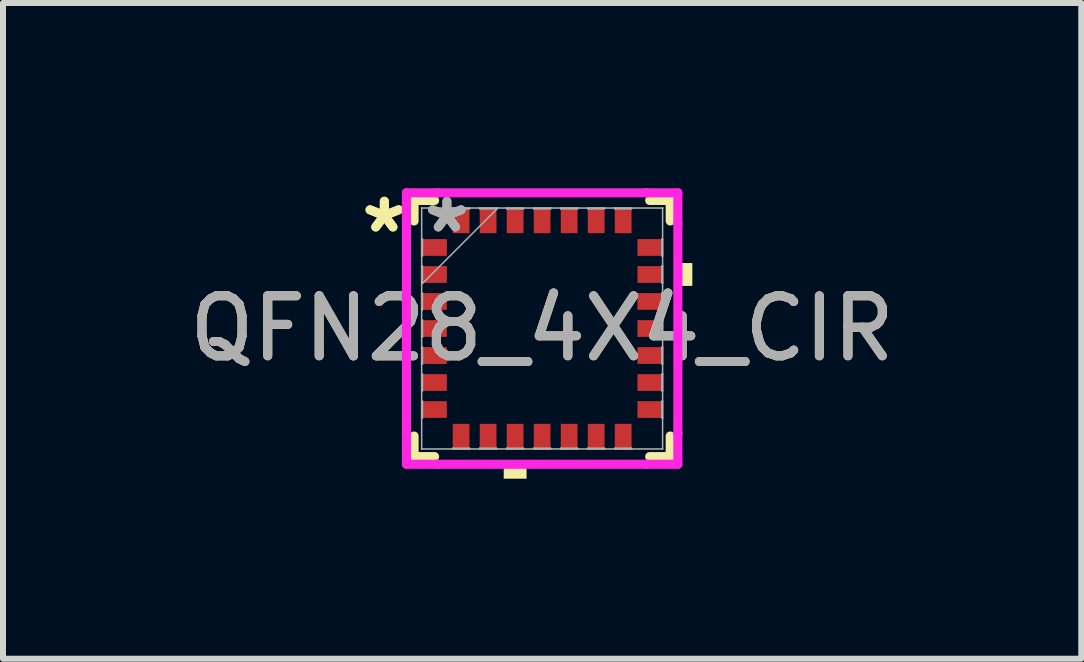
<source format=kicad_pcb>
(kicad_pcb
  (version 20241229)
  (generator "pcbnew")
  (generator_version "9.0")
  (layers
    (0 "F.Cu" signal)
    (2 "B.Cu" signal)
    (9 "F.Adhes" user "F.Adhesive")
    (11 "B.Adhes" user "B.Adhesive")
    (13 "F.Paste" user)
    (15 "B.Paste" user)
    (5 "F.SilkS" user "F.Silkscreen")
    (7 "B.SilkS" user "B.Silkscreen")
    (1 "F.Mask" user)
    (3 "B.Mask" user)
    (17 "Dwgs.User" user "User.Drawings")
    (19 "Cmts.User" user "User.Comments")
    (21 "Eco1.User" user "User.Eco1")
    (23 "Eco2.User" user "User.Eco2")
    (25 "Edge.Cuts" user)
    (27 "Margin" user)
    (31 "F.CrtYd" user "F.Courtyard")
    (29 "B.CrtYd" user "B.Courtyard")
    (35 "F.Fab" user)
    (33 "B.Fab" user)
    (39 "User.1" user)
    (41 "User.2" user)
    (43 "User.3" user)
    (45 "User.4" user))
  (footprint "QFN28_4X4_CIR"
    (layer "F.Cu")
    (at 5.982 2.423)
    (property "Reference" "QFN28_4X4_CIR" (at 0 0 0) (unlocked yes) (layer "F.SilkS") (effects (font (size 1 1) (thickness 0.15))))
    (attr smd)
    (fp_line (start -2.134 -2.134) (end -2.134 -1.792) (stroke (width 0.152) (type solid)) (layer "F.SilkS"))
    (fp_line (start -2.134 1.792) (end -2.134 2.134) (stroke (width 0.152) (type solid)) (layer "F.SilkS"))
    (fp_line (start -2.134 2.134) (end -1.792 2.134) (stroke (width 0.152) (type solid)) (layer "F.SilkS"))
    (fp_line (start -1.792 -2.134) (end -2.134 -2.134) (stroke (width 0.152) (type solid)) (layer "F.SilkS"))
    (fp_line (start 1.792 2.134) (end 2.134 2.134) (stroke (width 0.152) (type solid)) (layer "F.SilkS"))
    (fp_line (start 2.134 -2.134) (end 1.792 -2.134) (stroke (width 0.152) (type solid)) (layer "F.SilkS"))
    (fp_line (start 2.134 -1.792) (end 2.134 -2.134) (stroke (width 0.152) (type solid)) (layer "F.SilkS"))
    (fp_line (start 2.134 2.134) (end 2.134 1.792) (stroke (width 0.152) (type solid)) (layer "F.SilkS"))
    (fp_poly (pts (xy -0.64 2.248) (xy -0.64 2.502) (xy -0.259 2.502) (xy -0.259 2.248)) (stroke (width 0) (type solid)) (fill yes) (layer "F.SilkS"))
    (fp_poly (pts (xy 2.502 -1.091) (xy 2.502 -0.71) (xy 2.248 -0.71) (xy 2.248 -1.091)) (stroke (width 0) (type solid)) (fill yes) (layer "F.SilkS"))
    (fp_line (start -2.261 -2.261) (end -1.744 -2.261) (stroke (width 0.152) (type solid)) (layer "F.CrtYd"))
    (fp_line (start -2.261 -1.744) (end -2.261 -2.261) (stroke (width 0.152) (type solid)) (layer "F.CrtYd"))
    (fp_line (start -2.261 -1.744) (end -2.261 -1.744) (stroke (width 0.152) (type solid)) (layer "F.CrtYd"))
    (fp_line (start -2.261 1.744) (end -2.261 -1.744) (stroke (width 0.152) (type solid)) (layer "F.CrtYd"))
    (fp_line (start -2.261 1.744) (end -2.261 1.744) (stroke (width 0.152) (type solid)) (layer "F.CrtYd"))
    (fp_line (start -2.261 2.261) (end -2.261 1.744) (stroke (width 0.152) (type solid)) (layer "F.CrtYd"))
    (fp_line (start -1.744 -2.261) (end -1.744 -2.261) (stroke (width 0.152) (type solid)) (layer "F.CrtYd"))
    (fp_line (start -1.744 -2.261) (end 1.744 -2.261) (stroke (width 0.152) (type solid)) (layer "F.CrtYd"))
    (fp_line (start -1.744 2.261) (end -2.261 2.261) (stroke (width 0.152) (type solid)) (layer "F.CrtYd"))
    (fp_line (start -1.744 2.261) (end -1.744 2.261) (stroke (width 0.152) (type solid)) (layer "F.CrtYd"))
    (fp_line (start 1.744 -2.261) (end 1.744 -2.261) (stroke (width 0.152) (type solid)) (layer "F.CrtYd"))
    (fp_line (start 1.744 -2.261) (end 2.261 -2.261) (stroke (width 0.152) (type solid)) (layer "F.CrtYd"))
    (fp_line (start 1.744 2.261) (end -1.744 2.261) (stroke (width 0.152) (type solid)) (layer "F.CrtYd"))
    (fp_line (start 1.744 2.261) (end 1.744 2.261) (stroke (width 0.152) (type solid)) (layer "F.CrtYd"))
    (fp_line (start 2.261 -2.261) (end 2.261 -1.744) (stroke (width 0.152) (type solid)) (layer "F.CrtYd"))
    (fp_line (start 2.261 -1.744) (end 2.261 -1.744) (stroke (width 0.152) (type solid)) (layer "F.CrtYd"))
    (fp_line (start 2.261 -1.744) (end 2.261 1.744) (stroke (width 0.152) (type solid)) (layer "F.CrtYd"))
    (fp_line (start 2.261 1.744) (end 2.261 1.744) (stroke (width 0.152) (type solid)) (layer "F.CrtYd"))
    (fp_line (start 2.261 1.744) (end 2.261 2.261) (stroke (width 0.152) (type solid)) (layer "F.CrtYd"))
    (fp_line (start 2.261 2.261) (end 1.744 2.261) (stroke (width 0.152) (type solid)) (layer "F.CrtYd"))
    (fp_line (start -2.007 -2.007) (end -2.007 -2.007) (stroke (width 0.025) (type solid)) (layer "F.Fab"))
    (fp_line (start -2.007 -2.007) (end -2.007 2.007) (stroke (width 0.025) (type solid)) (layer "F.Fab"))
    (fp_line (start -2.007 -1.49) (end -1.994 -1.49) (stroke (width 0.025) (type solid)) (layer "F.Fab"))
    (fp_line (start -2.007 -1.21) (end -2.007 -1.49) (stroke (width 0.025) (type solid)) (layer "F.Fab"))
    (fp_line (start -2.007 -1.04) (end -1.994 -1.04) (stroke (width 0.025) (type solid)) (layer "F.Fab"))
    (fp_line (start -2.007 -0.76) (end -2.007 -1.04) (stroke (width 0.025) (type solid)) (layer "F.Fab"))
    (fp_line (start -2.007 -0.737) (end -0.737 -2.007) (stroke (width 0.025) (type solid)) (layer "F.Fab"))
    (fp_line (start -2.007 -0.59) (end -1.994 -0.59) (stroke (width 0.025) (type solid)) (layer "F.Fab"))
    (fp_line (start -2.007 -0.31) (end -2.007 -0.59) (stroke (width 0.025) (type solid)) (layer "F.Fab"))
    (fp_line (start -2.007 -0.14) (end -1.994 -0.14) (stroke (width 0.025) (type solid)) (layer "F.Fab"))
    (fp_line (start -2.007 0.14) (end -2.007 -0.14) (stroke (width 0.025) (type solid)) (layer "F.Fab"))
    (fp_line (start -2.007 0.31) (end -1.994 0.31) (stroke (width 0.025) (type solid)) (layer "F.Fab"))
    (fp_line (start -2.007 0.59) (end -2.007 0.31) (stroke (width 0.025) (type solid)) (layer "F.Fab"))
    (fp_line (start -2.007 0.76) (end -1.994 0.76) (stroke (width 0.025) (type solid)) (layer "F.Fab"))
    (fp_line (start -2.007 1.04) (end -2.007 0.76) (stroke (width 0.025) (type solid)) (layer "F.Fab"))
    (fp_line (start -2.007 1.21) (end -1.994 1.21) (stroke (width 0.025) (type solid)) (layer "F.Fab"))
    (fp_line (start -2.007 1.49) (end -2.007 1.21) (stroke (width 0.025) (type solid)) (layer "F.Fab"))
    (fp_line (start -2.007 2.007) (end -2.007 2.007) (stroke (width 0.025) (type solid)) (layer "F.Fab"))
    (fp_line (start -2.007 2.007) (end 2.007 2.007) (stroke (width 0.025) (type solid)) (layer "F.Fab"))
    (fp_line (start -1.994 -1.49) (end -1.994 -1.21) (stroke (width 0.025) (type solid)) (layer "F.Fab"))
    (fp_line (start -1.994 -1.21) (end -2.007 -1.21) (stroke (width 0.025) (type solid)) (layer "F.Fab"))
    (fp_line (start -1.994 -1.04) (end -1.994 -0.76) (stroke (width 0.025) (type solid)) (layer "F.Fab"))
    (fp_line (start -1.994 -0.76) (end -2.007 -0.76) (stroke (width 0.025) (type solid)) (layer "F.Fab"))
    (fp_line (start -1.994 -0.59) (end -1.994 -0.31) (stroke (width 0.025) (type solid)) (layer "F.Fab"))
    (fp_line (start -1.994 -0.31) (end -2.007 -0.31) (stroke (width 0.025) (type solid)) (layer "F.Fab"))
    (fp_line (start -1.994 -0.14) (end -1.994 0.14) (stroke (width 0.025) (type solid)) (layer "F.Fab"))
    (fp_line (start -1.994 0.14) (end -2.007 0.14) (stroke (width 0.025) (type solid)) (layer "F.Fab"))
    (fp_line (start -1.994 0.31) (end -1.994 0.59) (stroke (width 0.025) (type solid)) (layer "F.Fab"))
    (fp_line (start -1.994 0.59) (end -2.007 0.59) (stroke (width 0.025) (type solid)) (layer "F.Fab"))
    (fp_line (start -1.994 0.76) (end -1.994 1.04) (stroke (width 0.025) (type solid)) (layer "F.Fab"))
    (fp_line (start -1.994 1.04) (end -2.007 1.04) (stroke (width 0.025) (type solid)) (layer "F.Fab"))
    (fp_line (start -1.994 1.21) (end -1.994 1.49) (stroke (width 0.025) (type solid)) (layer "F.Fab"))
    (fp_line (start -1.994 1.49) (end -2.007 1.49) (stroke (width 0.025) (type solid)) (layer "F.Fab"))
    (fp_line (start -1.49 -2.007) (end -1.21 -2.007) (stroke (width 0.025) (type solid)) (layer "F.Fab"))
    (fp_line (start -1.49 -1.994) (end -1.49 -2.007) (stroke (width 0.025) (type solid)) (layer "F.Fab"))
    (fp_line (start -1.49 1.994) (end -1.21 1.994) (stroke (width 0.025) (type solid)) (layer "F.Fab"))
    (fp_line (start -1.49 2.007) (end -1.49 1.994) (stroke (width 0.025) (type solid)) (layer "F.Fab"))
    (fp_line (start -1.21 -2.007) (end -1.21 -1.994) (stroke (width 0.025) (type solid)) (layer "F.Fab"))
    (fp_line (start -1.21 -1.994) (end -1.49 -1.994) (stroke (width 0.025) (type solid)) (layer "F.Fab"))
    (fp_line (start -1.21 1.994) (end -1.21 2.007) (stroke (width 0.025) (type solid)) (layer "F.Fab"))
    (fp_line (start -1.21 2.007) (end -1.49 2.007) (stroke (width 0.025) (type solid)) (layer "F.Fab"))
    (fp_line (start -1.04 -2.007) (end -0.76 -2.007) (stroke (width 0.025) (type solid)) (layer "F.Fab"))
    (fp_line (start -1.04 -1.994) (end -1.04 -2.007) (stroke (width 0.025) (type solid)) (layer "F.Fab"))
    (fp_line (start -1.04 1.994) (end -0.76 1.994) (stroke (width 0.025) (type solid)) (layer "F.Fab"))
    (fp_line (start -1.04 2.007) (end -1.04 1.994) (stroke (width 0.025) (type solid)) (layer "F.Fab"))
    (fp_line (start -0.76 -2.007) (end -0.76 -1.994) (stroke (width 0.025) (type solid)) (layer "F.Fab"))
    (fp_line (start -0.76 -1.994) (end -1.04 -1.994) (stroke (width 0.025) (type solid)) (layer "F.Fab"))
    (fp_line (start -0.76 1.994) (end -0.76 2.007) (stroke (width 0.025) (type solid)) (layer "F.Fab"))
    (fp_line (start -0.76 2.007) (end -1.04 2.007) (stroke (width 0.025) (type solid)) (layer "F.Fab"))
    (fp_line (start -0.59 -2.007) (end -0.31 -2.007) (stroke (width 0.025) (type solid)) (layer "F.Fab"))
    (fp_line (start -0.59 -1.994) (end -0.59 -2.007) (stroke (width 0.025) (type solid)) (layer "F.Fab"))
    (fp_line (start -0.59 1.994) (end -0.31 1.994) (stroke (width 0.025) (type solid)) (layer "F.Fab"))
    (fp_line (start -0.59 2.007) (end -0.59 1.994) (stroke (width 0.025) (type solid)) (layer "F.Fab"))
    (fp_line (start -0.31 -2.007) (end -0.31 -1.994) (stroke (width 0.025) (type solid)) (layer "F.Fab"))
    (fp_line (start -0.31 -1.994) (end -0.59 -1.994) (stroke (width 0.025) (type solid)) (layer "F.Fab"))
    (fp_line (start -0.31 1.994) (end -0.31 2.007) (stroke (width 0.025) (type solid)) (layer "F.Fab"))
    (fp_line (start -0.31 2.007) (end -0.59 2.007) (stroke (width 0.025) (type solid)) (layer "F.Fab"))
    (fp_line (start -0.14 -2.007) (end 0.14 -2.007) (stroke (width 0.025) (type solid)) (layer "F.Fab"))
    (fp_line (start -0.14 -1.994) (end -0.14 -2.007) (stroke (width 0.025) (type solid)) (layer "F.Fab"))
    (fp_line (start -0.14 1.994) (end 0.14 1.994) (stroke (width 0.025) (type solid)) (layer "F.Fab"))
    (fp_line (start -0.14 2.007) (end -0.14 1.994) (stroke (width 0.025) (type solid)) (layer "F.Fab"))
    (fp_line (start 0.14 -2.007) (end 0.14 -1.994) (stroke (width 0.025) (type solid)) (layer "F.Fab"))
    (fp_line (start 0.14 -1.994) (end -0.14 -1.994) (stroke (width 0.025) (type solid)) (layer "F.Fab"))
    (fp_line (start 0.14 1.994) (end 0.14 2.007) (stroke (width 0.025) (type solid)) (layer "F.Fab"))
    (fp_line (start 0.14 2.007) (end -0.14 2.007) (stroke (width 0.025) (type solid)) (layer "F.Fab"))
    (fp_line (start 0.31 -2.007) (end 0.59 -2.007) (stroke (width 0.025) (type solid)) (layer "F.Fab"))
    (fp_line (start 0.31 -1.994) (end 0.31 -2.007) (stroke (width 0.025) (type solid)) (layer "F.Fab"))
    (fp_line (start 0.31 1.994) (end 0.59 1.994) (stroke (width 0.025) (type solid)) (layer "F.Fab"))
    (fp_line (start 0.31 2.007) (end 0.31 1.994) (stroke (width 0.025) (type solid)) (layer "F.Fab"))
    (fp_line (start 0.59 -2.007) (end 0.59 -1.994) (stroke (width 0.025) (type solid)) (layer "F.Fab"))
    (fp_line (start 0.59 -1.994) (end 0.31 -1.994) (stroke (width 0.025) (type solid)) (layer "F.Fab"))
    (fp_line (start 0.59 1.994) (end 0.59 2.007) (stroke (width 0.025) (type solid)) (layer "F.Fab"))
    (fp_line (start 0.59 2.007) (end 0.31 2.007) (stroke (width 0.025) (type solid)) (layer "F.Fab"))
    (fp_line (start 0.76 -2.007) (end 1.04 -2.007) (stroke (width 0.025) (type solid)) (layer "F.Fab"))
    (fp_line (start 0.76 -1.994) (end 0.76 -2.007) (stroke (width 0.025) (type solid)) (layer "F.Fab"))
    (fp_line (start 0.76 1.994) (end 1.04 1.994) (stroke (width 0.025) (type solid)) (layer "F.Fab"))
    (fp_line (start 0.76 2.007) (end 0.76 1.994) (stroke (width 0.025) (type solid)) (layer "F.Fab"))
    (fp_line (start 1.04 -2.007) (end 1.04 -1.994) (stroke (width 0.025) (type solid)) (layer "F.Fab"))
    (fp_line (start 1.04 -1.994) (end 0.76 -1.994) (stroke (width 0.025) (type solid)) (layer "F.Fab"))
    (fp_line (start 1.04 1.994) (end 1.04 2.007) (stroke (width 0.025) (type solid)) (layer "F.Fab"))
    (fp_line (start 1.04 2.007) (end 0.76 2.007) (stroke (width 0.025) (type solid)) (layer "F.Fab"))
    (fp_line (start 1.21 -2.007) (end 1.49 -2.007) (stroke (width 0.025) (type solid)) (layer "F.Fab"))
    (fp_line (start 1.21 -1.994) (end 1.21 -2.007) (stroke (width 0.025) (type solid)) (layer "F.Fab"))
    (fp_line (start 1.21 1.994) (end 1.49 1.994) (stroke (width 0.025) (type solid)) (layer "F.Fab"))
    (fp_line (start 1.21 2.007) (end 1.21 1.994) (stroke (width 0.025) (type solid)) (layer "F.Fab"))
    (fp_line (start 1.49 -2.007) (end 1.49 -1.994) (stroke (width 0.025) (type solid)) (layer "F.Fab"))
    (fp_line (start 1.49 -1.994) (end 1.21 -1.994) (stroke (width 0.025) (type solid)) (layer "F.Fab"))
    (fp_line (start 1.49 1.994) (end 1.49 2.007) (stroke (width 0.025) (type solid)) (layer "F.Fab"))
    (fp_line (start 1.49 2.007) (end 1.21 2.007) (stroke (width 0.025) (type solid)) (layer "F.Fab"))
    (fp_line (start 1.994 -1.49) (end 2.007 -1.49) (stroke (width 0.025) (type solid)) (layer "F.Fab"))
    (fp_line (start 1.994 -1.21) (end 1.994 -1.49) (stroke (width 0.025) (type solid)) (layer "F.Fab"))
    (fp_line (start 1.994 -1.04) (end 2.007 -1.04) (stroke (width 0.025) (type solid)) (layer "F.Fab"))
    (fp_line (start 1.994 -0.76) (end 1.994 -1.04) (stroke (width 0.025) (type solid)) (layer "F.Fab"))
    (fp_line (start 1.994 -0.59) (end 2.007 -0.59) (stroke (width 0.025) (type solid)) (layer "F.Fab"))
    (fp_line (start 1.994 -0.31) (end 1.994 -0.59) (stroke (width 0.025) (type solid)) (layer "F.Fab"))
    (fp_line (start 1.994 -0.14) (end 2.007 -0.14) (stroke (width 0.025) (type solid)) (layer "F.Fab"))
    (fp_line (start 1.994 0.14) (end 1.994 -0.14) (stroke (width 0.025) (type solid)) (layer "F.Fab"))
    (fp_line (start 1.994 0.31) (end 2.007 0.31) (stroke (width 0.025) (type solid)) (layer "F.Fab"))
    (fp_line (start 1.994 0.59) (end 1.994 0.31) (stroke (width 0.025) (type solid)) (layer "F.Fab"))
    (fp_line (start 1.994 0.76) (end 2.007 0.76) (stroke (width 0.025) (type solid)) (layer "F.Fab"))
    (fp_line (start 1.994 1.04) (end 1.994 0.76) (stroke (width 0.025) (type solid)) (layer "F.Fab"))
    (fp_line (start 1.994 1.21) (end 2.007 1.21) (stroke (width 0.025) (type solid)) (layer "F.Fab"))
    (fp_line (start 1.994 1.49) (end 1.994 1.21) (stroke (width 0.025) (type solid)) (layer "F.Fab"))
    (fp_line (start 2.007 -2.007) (end -2.007 -2.007) (stroke (width 0.025) (type solid)) (layer "F.Fab"))
    (fp_line (start 2.007 -2.007) (end 2.007 -2.007) (stroke (width 0.025) (type solid)) (layer "F.Fab"))
    (fp_line (start 2.007 -1.49) (end 2.007 -1.21) (stroke (width 0.025) (type solid)) (layer "F.Fab"))
    (fp_line (start 2.007 -1.21) (end 1.994 -1.21) (stroke (width 0.025) (type solid)) (layer "F.Fab"))
    (fp_line (start 2.007 -1.04) (end 2.007 -0.76) (stroke (width 0.025) (type solid)) (layer "F.Fab"))
    (fp_line (start 2.007 -0.76) (end 1.994 -0.76) (stroke (width 0.025) (type solid)) (layer "F.Fab"))
    (fp_line (start 2.007 -0.59) (end 2.007 -0.31) (stroke (width 0.025) (type solid)) (layer "F.Fab"))
    (fp_line (start 2.007 -0.31) (end 1.994 -0.31) (stroke (width 0.025) (type solid)) (layer "F.Fab"))
    (fp_line (start 2.007 -0.14) (end 2.007 0.14) (stroke (width 0.025) (type solid)) (layer "F.Fab"))
    (fp_line (start 2.007 0.14) (end 1.994 0.14) (stroke (width 0.025) (type solid)) (layer "F.Fab"))
    (fp_line (start 2.007 0.31) (end 2.007 0.59) (stroke (width 0.025) (type solid)) (layer "F.Fab"))
    (fp_line (start 2.007 0.59) (end 1.994 0.59) (stroke (width 0.025) (type solid)) (layer "F.Fab"))
    (fp_line (start 2.007 0.76) (end 2.007 1.04) (stroke (width 0.025) (type solid)) (layer "F.Fab"))
    (fp_line (start 2.007 1.04) (end 1.994 1.04) (stroke (width 0.025) (type solid)) (layer "F.Fab"))
    (fp_line (start 2.007 1.21) (end 2.007 1.49) (stroke (width 0.025) (type solid)) (layer "F.Fab"))
    (fp_line (start 2.007 1.49) (end 1.994 1.49) (stroke (width 0.025) (type solid)) (layer "F.Fab"))
    (fp_line (start 2.007 2.007) (end 2.007 -2.007) (stroke (width 0.025) (type solid)) (layer "F.Fab"))
    (fp_line (start 2.007 2.007) (end 2.007 2.007) (stroke (width 0.025) (type solid)) (layer "F.Fab"))
    (fp_text user "*" (at -2.629 -1.575 0) (unlocked yes) (layer "F.SilkS") (effects (font (size 1 1) (thickness 0.15))))
    (fp_text user "*" (at -2.629 -1.575 0) (layer "F.SilkS") (effects (font (size 1 1) (thickness 0.15))))
    (fp_text user "*" (at -1.587 -1.575 0) (layer "F.Fab") (effects (font (size 1 1) (thickness 0.15))))
    (fp_text user "*" (at -1.587 -1.575 0) (unlocked yes) (layer "F.Fab") (effects (font (size 1 1) (thickness 0.15))))
    (fp_text user "${REFERENCE}" (at 0 0 0) (unlocked yes) (layer "F.Fab") (effects (font (size 1 1) (thickness 0.15))))
    (pad "1" smd rect (at -1.791 -1.35 90) (size 0.279 0.406) (layers "F.Cu" "F.Mask" "F.Paste"))
    (pad "2" smd rect (at -1.791 -0.9 90) (size 0.279 0.406) (layers "F.Cu" "F.Mask" "F.Paste"))
    (pad "3" smd rect (at -1.791 -0.45 90) (size 0.279 0.406) (layers "F.Cu" "F.Mask" "F.Paste"))
    (pad "4" smd rect (at -1.791 0 90) (size 0.279 0.406) (layers "F.Cu" "F.Mask" "F.Paste"))
    (pad "5" smd rect (at -1.791 0.45 90) (size 0.279 0.406) (layers "F.Cu" "F.Mask" "F.Paste"))
    (pad "6" smd rect (at -1.791 0.9 90) (size 0.279 0.406) (layers "F.Cu" "F.Mask" "F.Paste"))
    (pad "7" smd rect (at -1.791 1.35 90) (size 0.279 0.406) (layers "F.Cu" "F.Mask" "F.Paste"))
    (pad "8" smd rect (at -1.35 1.791) (size 0.279 0.406) (layers "F.Cu" "F.Mask" "F.Paste"))
    (pad "9" smd rect (at -0.9 1.791) (size 0.279 0.406) (layers "F.Cu" "F.Mask" "F.Paste"))
    (pad "10" smd rect (at -0.45 1.791) (size 0.279 0.406) (layers "F.Cu" "F.Mask" "F.Paste"))
    (pad "11" smd rect (at 0 1.791) (size 0.279 0.406) (layers "F.Cu" "F.Mask" "F.Paste"))
    (pad "12" smd rect (at 0.45 1.791) (size 0.279 0.406) (layers "F.Cu" "F.Mask" "F.Paste"))
    (pad "13" smd rect (at 0.9 1.791) (size 0.279 0.406) (layers "F.Cu" "F.Mask" "F.Paste"))
    (pad "14" smd rect (at 1.35 1.791) (size 0.279 0.406) (layers "F.Cu" "F.Mask" "F.Paste"))
    (pad "15" smd rect (at 1.791 1.35 90) (size 0.279 0.406) (layers "F.Cu" "F.Mask" "F.Paste"))
    (pad "16" smd rect (at 1.791 0.9 90) (size 0.279 0.406) (layers "F.Cu" "F.Mask" "F.Paste"))
    (pad "17" smd rect (at 1.791 0.45 90) (size 0.279 0.406) (layers "F.Cu" "F.Mask" "F.Paste"))
    (pad "18" smd rect (at 1.791 0 90) (size 0.279 0.406) (layers "F.Cu" "F.Mask" "F.Paste"))
    (pad "19" smd rect (at 1.791 -0.45 90) (size 0.279 0.406) (layers "F.Cu" "F.Mask" "F.Paste"))
    (pad "20" smd rect (at 1.791 -0.9 90) (size 0.279 0.406) (layers "F.Cu" "F.Mask" "F.Paste"))
    (pad "21" smd rect (at 1.791 -1.35 90) (size 0.279 0.406) (layers "F.Cu" "F.Mask" "F.Paste"))
    (pad "22" smd rect (at 1.35 -1.791) (size 0.279 0.406) (layers "F.Cu" "F.Mask" "F.Paste"))
    (pad "23" smd rect (at 0.9 -1.791) (size 0.279 0.406) (layers "F.Cu" "F.Mask" "F.Paste"))
    (pad "24" smd rect (at 0.45 -1.791) (size 0.279 0.406) (layers "F.Cu" "F.Mask" "F.Paste"))
    (pad "25" smd rect (at 0 -1.791) (size 0.279 0.406) (layers "F.Cu" "F.Mask" "F.Paste"))
    (pad "26" smd rect (at -0.45 -1.791) (size 0.279 0.406) (layers "F.Cu" "F.Mask" "F.Paste"))
    (pad "27" smd rect (at -0.9 -1.791) (size 0.279 0.406) (layers "F.Cu" "F.Mask" "F.Paste"))
    (pad "28" smd rect (at -1.35 -1.791) (size 0.279 0.406) (layers "F.Cu" "F.Mask" "F.Paste")))
  (gr_rect
    (start -3 -3)
    (end 14.964 7.925)
    (stroke (width 0.1) (type default))
    (fill no)
    (layer "Edge.Cuts")))
</source>
